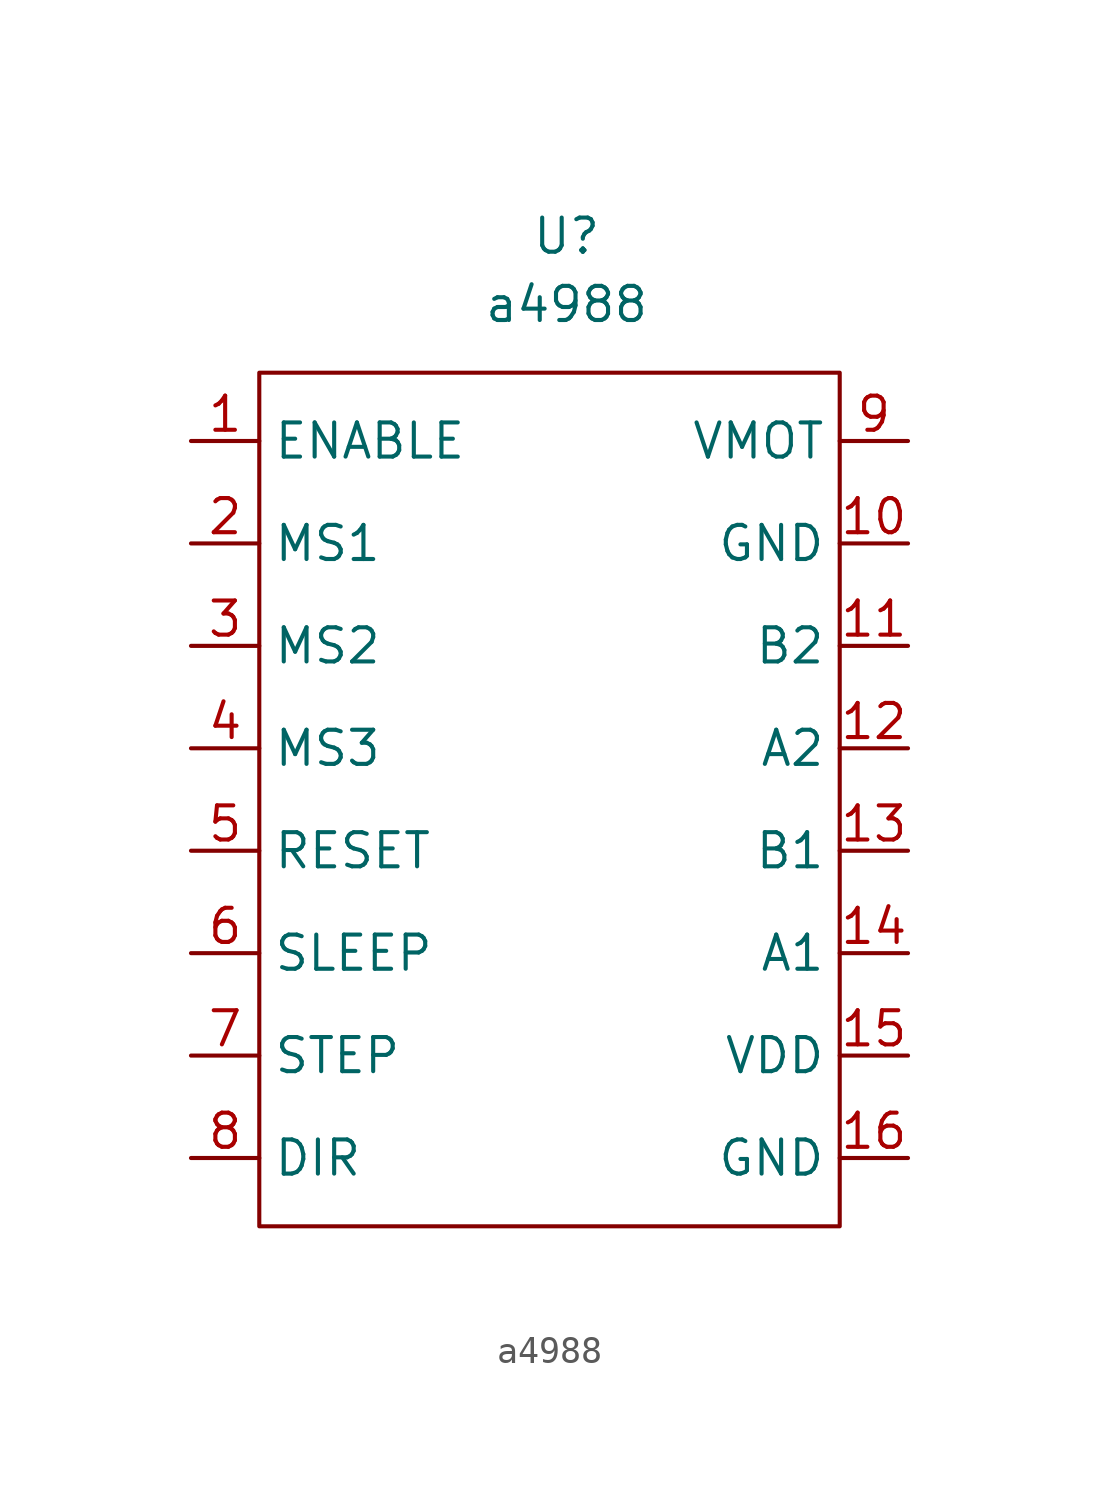
<source format=kicad_sym>
(kicad_symbol_lib
  (version 20211014)
  (generator kicad_symbol_editor)
  (symbol "a4988"
    (property "Reference" "U"
      (at 0 0 0)
      (effects (font (size 1.27 1.27))))
    (property "Value" "a4988"
      (at 0 -2.54 0)
      (effects (font (size 1.27 1.27))))
    (symbol "a4988_0_1"
      (rectangle (start -11.43 -5.08) (end 10.16 -36.83) (stroke (width 0) (type default) (color 0 0 0 0)) (fill (type none))))
    (symbol "a4988_1_1"
      (pin input line (at -13.97 -7.62 0) (length 2.54) (name "ENABLE" (effects (font (size 1.27 1.27)))) (number "1" (effects (font (size 1.27 1.27)))))
      (pin input line (at 12.7 -11.43 180) (length 2.54) (name "GND" (effects (font (size 1.27 1.27)))) (number "10" (effects (font (size 1.27 1.27)))))
      (pin output line (at 12.7 -15.24 180) (length 2.54) (name "B2" (effects (font (size 1.27 1.27)))) (number "11" (effects (font (size 1.27 1.27)))))
      (pin output line (at 12.7 -19.05 180) (length 2.54) (name "A2" (effects (font (size 1.27 1.27)))) (number "12" (effects (font (size 1.27 1.27)))))
      (pin output line (at 12.7 -22.86 180) (length 2.54) (name "B1" (effects (font (size 1.27 1.27)))) (number "13" (effects (font (size 1.27 1.27)))))
      (pin output line (at 12.7 -26.67 180) (length 2.54) (name "A1" (effects (font (size 1.27 1.27)))) (number "14" (effects (font (size 1.27 1.27)))))
      (pin input line (at 12.7 -30.48 180) (length 2.54) (name "VDD" (effects (font (size 1.27 1.27)))) (number "15" (effects (font (size 1.27 1.27)))))
      (pin input line (at 12.7 -34.29 180) (length 2.54) (name "GND" (effects (font (size 1.27 1.27)))) (number "16" (effects (font (size 1.27 1.27)))))
      (pin input line (at -13.97 -11.43 0) (length 2.54) (name "MS1" (effects (font (size 1.27 1.27)))) (number "2" (effects (font (size 1.27 1.27)))))
      (pin input line (at -13.97 -15.24 0) (length 2.54) (name "MS2" (effects (font (size 1.27 1.27)))) (number "3" (effects (font (size 1.27 1.27)))))
      (pin input line (at -13.97 -19.05 0) (length 2.54) (name "MS3" (effects (font (size 1.27 1.27)))) (number "4" (effects (font (size 1.27 1.27)))))
      (pin input line (at -13.97 -22.86 0) (length 2.54) (name "RESET" (effects (font (size 1.27 1.27)))) (number "5" (effects (font (size 1.27 1.27)))))
      (pin input line (at -13.97 -26.67 0) (length 2.54) (name "SLEEP" (effects (font (size 1.27 1.27)))) (number "6" (effects (font (size 1.27 1.27)))))
      (pin input line (at -13.97 -30.48 0) (length 2.54) (name "STEP" (effects (font (size 1.27 1.27)))) (number "7" (effects (font (size 1.27 1.27)))))
      (pin input line (at -13.97 -34.29 0) (length 2.54) (name "DIR" (effects (font (size 1.27 1.27)))) (number "8" (effects (font (size 1.27 1.27)))))
      (pin input line (at 12.7 -7.62 180) (length 2.54) (name "VMOT" (effects (font (size 1.27 1.27)))) (number "9" (effects (font (size 1.27 1.27))))))))
</source>
